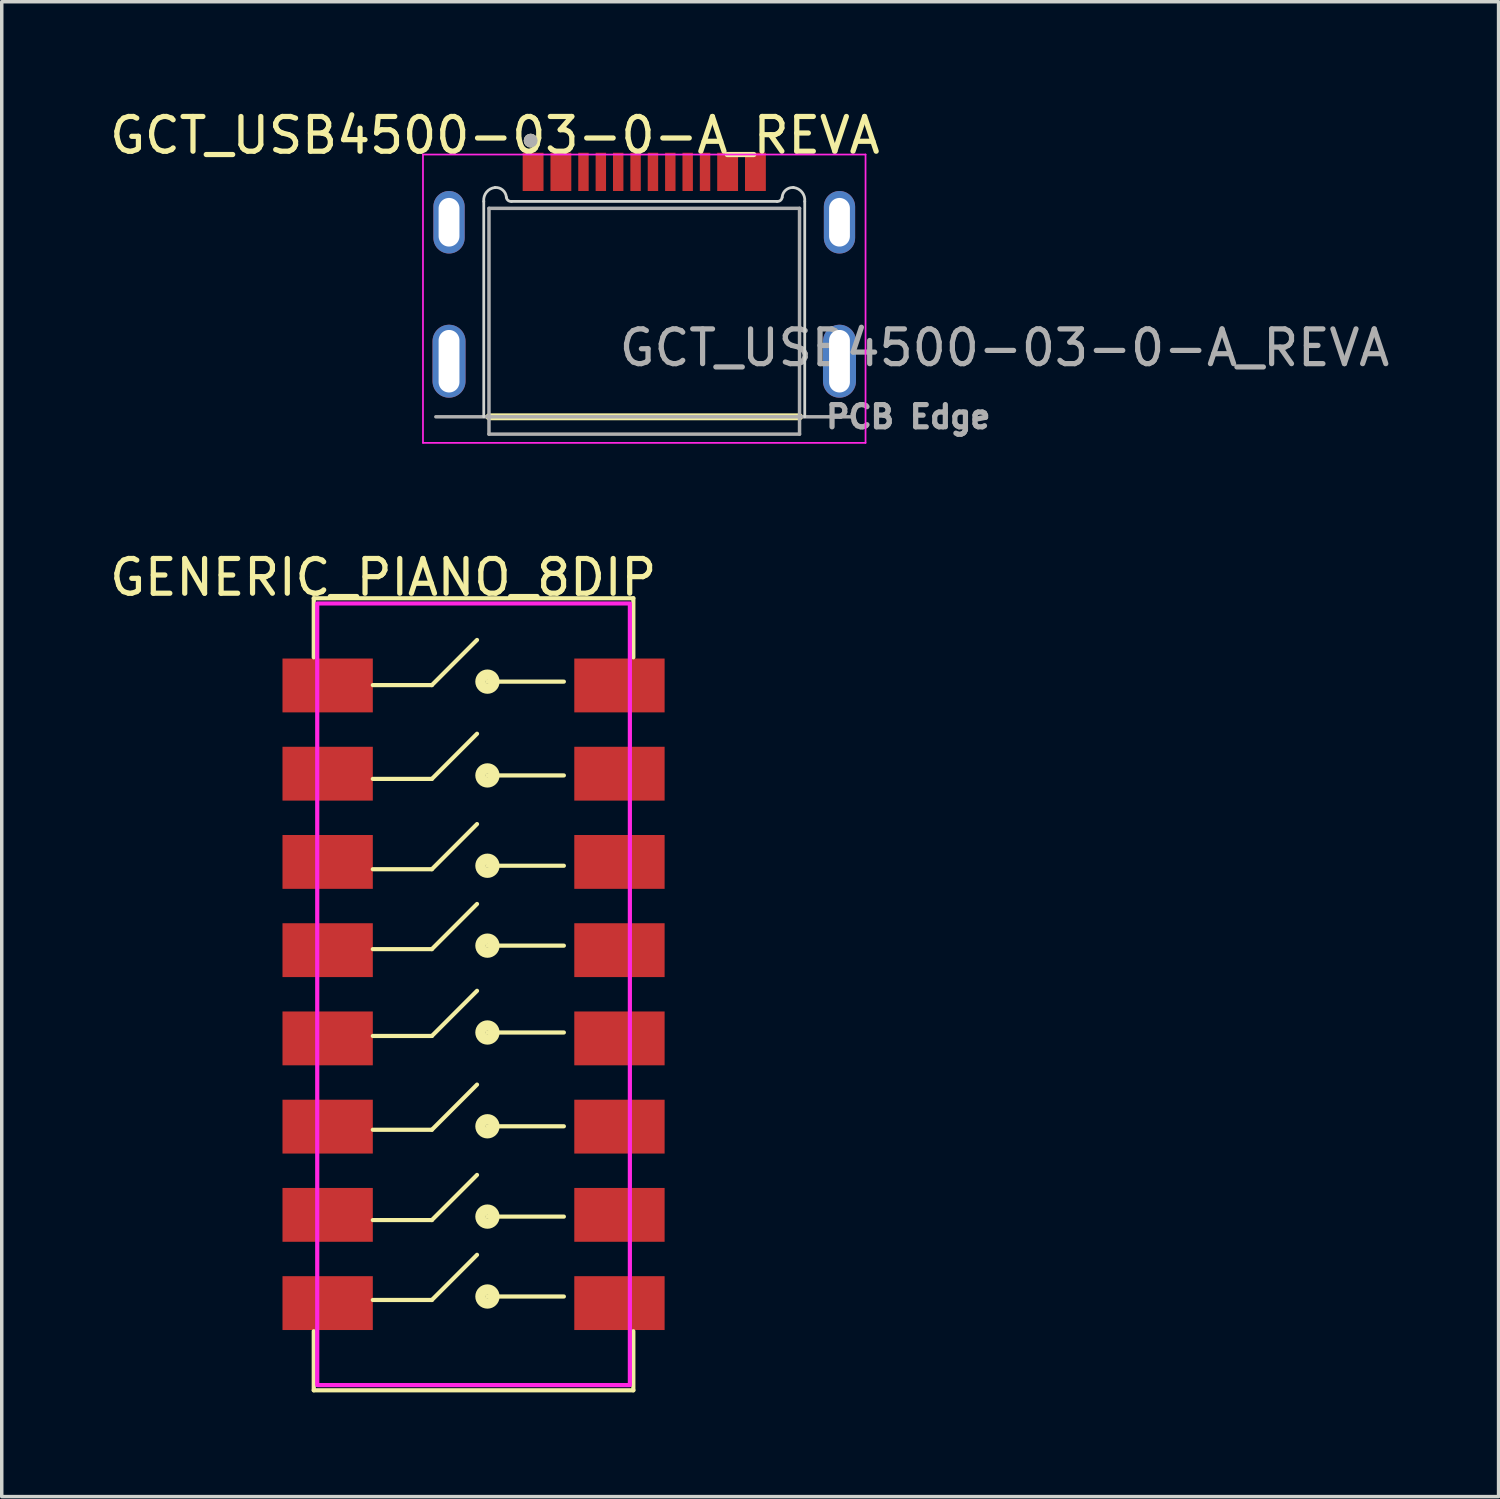
<source format=kicad_pcb>
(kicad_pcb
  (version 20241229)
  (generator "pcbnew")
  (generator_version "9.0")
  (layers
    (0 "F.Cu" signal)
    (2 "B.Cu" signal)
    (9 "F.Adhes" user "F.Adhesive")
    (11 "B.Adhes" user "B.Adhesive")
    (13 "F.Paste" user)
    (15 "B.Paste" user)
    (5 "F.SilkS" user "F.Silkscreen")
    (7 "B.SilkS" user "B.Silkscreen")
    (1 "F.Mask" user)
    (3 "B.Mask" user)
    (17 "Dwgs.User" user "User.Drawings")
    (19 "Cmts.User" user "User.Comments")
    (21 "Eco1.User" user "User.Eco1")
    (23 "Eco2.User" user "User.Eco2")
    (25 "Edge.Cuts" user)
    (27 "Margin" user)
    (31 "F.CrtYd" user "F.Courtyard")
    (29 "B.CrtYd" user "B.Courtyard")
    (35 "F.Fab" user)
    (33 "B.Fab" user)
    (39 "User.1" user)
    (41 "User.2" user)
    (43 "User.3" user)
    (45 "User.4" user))
  (footprint "GCT_USB4500-03-0-A_REVA"
    (layer "F.Cu")
    (at 15.496 7.348)
    (property "Reference" "GCT_USB4500-03-0-A_REVA" (at -4.3 -6.5 0) (layer "F.SilkS") (effects (font (size 1 1) (thickness 0.15))))
    (attr smd)
    (fp_line (start -4.47 1.6) (end 4.47 1.6) (stroke (width 0.2) (type solid)) (layer "F.SilkS"))
    (fp_circle (center -3.27 -6.35) (end -3.17 -6.35) (stroke (width 0.2) (type solid)) (fill no) (layer "F.SilkS"))
    (fp_line (start -4.62 1.6) (end -4.62 -4.6) (stroke (width 0.08) (type solid)) (layer "Edge.Cuts"))
    (fp_line (start -3.82 -4.6) (end 3.82 -4.6) (stroke (width 0.08) (type solid)) (layer "Edge.Cuts"))
    (fp_line (start 4.62 -4.6) (end 4.62 1.6) (stroke (width 0.08) (type solid)) (layer "Edge.Cuts"))
    (fp_arc (start -4.619999 -4.6) (mid -4.540342 -4.867309) (end -4.295 -5) (stroke (width 0.08) (type solid)) (layer "Edge.Cuts"))
    (fp_arc (start -4.295 -5) (mid -4.07451 -4.92731) (end -3.97 -4.72) (stroke (width 0.08) (type solid)) (layer "Edge.Cuts"))
    (fp_arc (start -3.820001 -4.600001) (mid -3.919852 -4.628935) (end -3.969999 -4.72) (stroke (width 0.08) (type solid)) (layer "Edge.Cuts"))
    (fp_arc (start 3.969999 -4.720001) (mid 3.919852 -4.628935) (end 3.82 -4.600001) (stroke (width 0.08) (type solid)) (layer "Edge.Cuts"))
    (fp_arc (start 3.970002 -4.720001) (mid 4.074512 -4.927309) (end 4.295 -4.999999) (stroke (width 0.08) (type solid)) (layer "Edge.Cuts"))
    (fp_arc (start 4.295 -5) (mid 4.540343 -4.86731) (end 4.62 -4.6) (stroke (width 0.08) (type solid)) (layer "Edge.Cuts"))
    (fp_line (start -6.37 -5.95) (end 6.37 -5.95) (stroke (width 0.05) (type solid)) (layer "F.CrtYd"))
    (fp_line (start -6.37 2.35) (end -6.37 -5.95) (stroke (width 0.05) (type solid)) (layer "F.CrtYd"))
    (fp_line (start -6.37 2.35) (end 6.37 2.35) (stroke (width 0.05) (type solid)) (layer "F.CrtYd"))
    (fp_line (start 6.37 2.35) (end 6.37 -5.95) (stroke (width 0.05) (type solid)) (layer "F.CrtYd"))
    (fp_line (start -6 1.6) (end 6 1.6) (stroke (width 0.1) (type solid)) (layer "F.Fab"))
    (fp_line (start -4.47 -4.4) (end 4.47 -4.4) (stroke (width 0.1) (type solid)) (layer "F.Fab"))
    (fp_line (start -4.47 2.1) (end -4.47 -4.4) (stroke (width 0.1) (type solid)) (layer "F.Fab"))
    (fp_line (start -4.47 2.1) (end 4.47 2.1) (stroke (width 0.1) (type solid)) (layer "F.Fab"))
    (fp_line (start 4.47 2.1) (end 4.47 -4.4) (stroke (width 0.1) (type solid)) (layer "F.Fab"))
    (fp_circle (center -3.27 -6.35) (end -3.17 -6.35) (stroke (width 0.2) (type solid)) (fill no) (layer "F.Fab"))
    (fp_text user "PCB Edge" (at 7.6 1.6 0) (layer "F.Fab") (effects (font (size 0.64 0.64) (thickness 0.15))))
    (fp_text user "${REFERENCE}" (at -0.8 0.2 0) (unlocked yes) (layer "F.Fab") (effects (font (size 1 1) (thickness 0.15)) (justify left bottom)))
    (fp_text user "PCB CUTOUT" (at -3.6 -2.5 0) (unlocked yes) (layer "User.4") (effects (font (size 1 0.8) (thickness 0.15)) (justify left bottom)))
    (pad "A1_B12" smd rect (at -3.2 -5.45) (size 0.6 1.1) (layers "F.Cu" "F.Mask" "F.Paste"))
    (pad "A4_B9" smd rect (at -2.4 -5.45) (size 0.6 1.1) (layers "F.Cu" "F.Mask" "F.Paste"))
    (pad "A5" smd rect (at -1.25 -5.45) (size 0.3 1.1) (layers "F.Cu" "F.Mask" "F.Paste"))
    (pad "A6" smd rect (at -0.25 -5.45) (size 0.3 1.1) (layers "F.Cu" "F.Mask" "F.Paste"))
    (pad "A7" smd rect (at 0.25 -5.45) (size 0.3 1.1) (layers "F.Cu" "F.Mask" "F.Paste"))
    (pad "A8" smd rect (at 1.25 -5.45) (size 0.3 1.1) (layers "F.Cu" "F.Mask" "F.Paste"))
    (pad "B1_A12" smd rect (at 3.2 -5.45) (size 0.6 1.1) (layers "F.Cu" "F.Mask" "F.Paste"))
    (pad "B4_A9" smd rect (at 2.4 -5.45) (size 0.6 1.1) (layers "F.Cu" "F.Mask" "F.Paste"))
    (pad "B5" smd rect (at 1.75 -5.45) (size 0.3 1.1) (layers "F.Cu" "F.Mask" "F.Paste"))
    (pad "B6" smd rect (at 0.75 -5.45) (size 0.3 1.1) (layers "F.Cu" "F.Mask" "F.Paste"))
    (pad "B7" smd rect (at -0.75 -5.45) (size 0.3 1.1) (layers "F.Cu" "F.Mask" "F.Paste"))
    (pad "B8" smd rect (at -1.75 -5.45) (size 0.3 1.1) (layers "F.Cu" "F.Mask" "F.Paste"))
    (pad "S1" thru_hole oval (at -5.62 0) (size 0.95 2.1) (drill oval 0.6 1.8) (layers "*.Cu" "*.Mask"))
    (pad "S2" thru_hole oval (at 5.62 -4) (size 0.9 1.8) (drill oval 0.6 1.4) (layers "*.Cu" "*.Mask"))
    (pad "S3" thru_hole oval (at -5.62 -4) (size 0.9 1.8) (drill oval 0.6 1.4) (layers "*.Cu" "*.Mask"))
    (pad "S4" thru_hole oval (at 5.62 0) (size 0.95 2.1) (drill oval 0.6 1.8) (layers "*.Cu" "*.Mask")))
  (footprint "GENERIC_PIANO_8DIP"
    (layer "F.Cu")
    (at 10.582 25.572)
    (property "Reference" "GENERIC_PIANO_8DIP" (at -2.6 -12 0) (unlocked yes) (layer "F.SilkS") (effects (font (size 1 1) (thickness 0.15))))
    (attr smd)
    (fp_line (start -4.6 -11.4) (end 4.6 -11.4) (stroke (width 0.12) (type default)) (layer "F.SilkS"))
    (fp_line (start -4.6 -9.7) (end -4.6 -11.4) (stroke (width 0.12) (type default)) (layer "F.SilkS"))
    (fp_line (start -4.6 11.4) (end -4.6 9.7) (stroke (width 0.12) (type default)) (layer "F.SilkS"))
    (fp_line (start -2.9 -8.9) (end -1.2 -8.9) (stroke (width 0.12) (type default)) (layer "F.SilkS"))
    (fp_line (start -2.9 -6.2) (end -1.2 -6.2) (stroke (width 0.12) (type default)) (layer "F.SilkS"))
    (fp_line (start -2.9 -3.6) (end -1.2 -3.6) (stroke (width 0.12) (type default)) (layer "F.SilkS"))
    (fp_line (start -2.9 -1.3) (end -1.2 -1.3) (stroke (width 0.12) (type default)) (layer "F.SilkS"))
    (fp_line (start -2.9 1.2) (end -1.2 1.2) (stroke (width 0.12) (type default)) (layer "F.SilkS"))
    (fp_line (start -2.9 3.9) (end -1.2 3.9) (stroke (width 0.12) (type default)) (layer "F.SilkS"))
    (fp_line (start -2.9 6.5) (end -1.2 6.5) (stroke (width 0.12) (type default)) (layer "F.SilkS"))
    (fp_line (start -2.9 8.8) (end -1.2 8.8) (stroke (width 0.12) (type default)) (layer "F.SilkS"))
    (fp_line (start -1.2 -8.9) (end 0.1 -10.2) (stroke (width 0.12) (type default)) (layer "F.SilkS"))
    (fp_line (start -1.2 -6.2) (end 0.1 -7.5) (stroke (width 0.12) (type default)) (layer "F.SilkS"))
    (fp_line (start -1.2 -3.6) (end 0.1 -4.9) (stroke (width 0.12) (type default)) (layer "F.SilkS"))
    (fp_line (start -1.2 -1.3) (end 0.1 -2.6) (stroke (width 0.12) (type default)) (layer "F.SilkS"))
    (fp_line (start -1.2 1.2) (end 0.1 -0.1) (stroke (width 0.12) (type default)) (layer "F.SilkS"))
    (fp_line (start -1.2 3.9) (end 0.1 2.6) (stroke (width 0.12) (type default)) (layer "F.SilkS"))
    (fp_line (start -1.2 6.5) (end 0.1 5.2) (stroke (width 0.12) (type default)) (layer "F.SilkS"))
    (fp_line (start -1.2 8.8) (end 0.1 7.5) (stroke (width 0.12) (type default)) (layer "F.SilkS"))
    (fp_line (start 0.4 -9) (end 2.6 -9) (stroke (width 0.12) (type default)) (layer "F.SilkS"))
    (fp_line (start 0.4 -6.3) (end 2.6 -6.3) (stroke (width 0.12) (type default)) (layer "F.SilkS"))
    (fp_line (start 0.4 -3.7) (end 2.6 -3.7) (stroke (width 0.12) (type default)) (layer "F.SilkS"))
    (fp_line (start 0.4 -1.4) (end 2.6 -1.4) (stroke (width 0.12) (type default)) (layer "F.SilkS"))
    (fp_line (start 0.4 1.1) (end 2.6 1.1) (stroke (width 0.12) (type default)) (layer "F.SilkS"))
    (fp_line (start 0.4 3.8) (end 2.6 3.8) (stroke (width 0.12) (type default)) (layer "F.SilkS"))
    (fp_line (start 0.4 6.4) (end 2.6 6.4) (stroke (width 0.12) (type default)) (layer "F.SilkS"))
    (fp_line (start 0.4 8.7) (end 2.6 8.7) (stroke (width 0.12) (type default)) (layer "F.SilkS"))
    (fp_line (start 4.6 -11.4) (end 4.6 -9.7) (stroke (width 0.12) (type default)) (layer "F.SilkS"))
    (fp_line (start 4.6 9.7) (end 4.6 11.4) (stroke (width 0.12) (type default)) (layer "F.SilkS"))
    (fp_line (start 4.6 11.4) (end -4.6 11.4) (stroke (width 0.12) (type default)) (layer "F.SilkS"))
    (fp_circle (center 0.4 -9) (end 0.6 -9) (stroke (width 0.3) (type default)) (fill no) (layer "F.SilkS"))
    (fp_circle (center 0.4 -6.3) (end 0.6 -6.3) (stroke (width 0.3) (type default)) (fill no) (layer "F.SilkS"))
    (fp_circle (center 0.4 -3.7) (end 0.6 -3.7) (stroke (width 0.3) (type default)) (fill no) (layer "F.SilkS"))
    (fp_circle (center 0.4 -1.4) (end 0.6 -1.4) (stroke (width 0.3) (type default)) (fill no) (layer "F.SilkS"))
    (fp_circle (center 0.4 1.1) (end 0.6 1.1) (stroke (width 0.3) (type default)) (fill no) (layer "F.SilkS"))
    (fp_circle (center 0.4 3.8) (end 0.6 3.8) (stroke (width 0.3) (type default)) (fill no) (layer "F.SilkS"))
    (fp_circle (center 0.4 6.4) (end 0.6 6.4) (stroke (width 0.3) (type default)) (fill no) (layer "F.SilkS"))
    (fp_circle (center 0.4 8.7) (end 0.6 8.7) (stroke (width 0.3) (type default)) (fill no) (layer "F.SilkS"))
    (fp_rect (start -4.5 -11.25) (end 4.5 11.25) (stroke (width 0.12) (type default)) (fill no) (layer "F.CrtYd"))
    (pad "1" smd rect (at -4.2 -8.89) (size 2.6 1.55) (layers "F.Cu" "F.Mask" "F.Paste"))
    (pad "2" smd rect (at -4.2 -6.35) (size 2.6 1.55) (layers "F.Cu" "F.Mask" "F.Paste"))
    (pad "3" smd rect (at -4.2 -3.81) (size 2.6 1.55) (layers "F.Cu" "F.Mask" "F.Paste"))
    (pad "4" smd rect (at -4.2 -1.27) (size 2.6 1.55) (layers "F.Cu" "F.Mask" "F.Paste"))
    (pad "5" smd rect (at -4.2 1.27) (size 2.6 1.55) (layers "F.Cu" "F.Mask" "F.Paste"))
    (pad "6" smd rect (at -4.2 3.81) (size 2.6 1.55) (layers "F.Cu" "F.Mask" "F.Paste"))
    (pad "7" smd rect (at -4.2 6.35) (size 2.6 1.55) (layers "F.Cu" "F.Mask" "F.Paste"))
    (pad "8" smd rect (at -4.2 8.89) (size 2.6 1.55) (layers "F.Cu" "F.Mask" "F.Paste"))
    (pad "9" smd rect (at 4.2 8.89) (size 2.6 1.55) (layers "F.Cu" "F.Mask" "F.Paste"))
    (pad "10" smd rect (at 4.2 6.35) (size 2.6 1.55) (layers "F.Cu" "F.Mask" "F.Paste"))
    (pad "11" smd rect (at 4.2 3.81) (size 2.6 1.55) (layers "F.Cu" "F.Mask" "F.Paste"))
    (pad "12" smd rect (at 4.2 1.27) (size 2.6 1.55) (layers "F.Cu" "F.Mask" "F.Paste"))
    (pad "13" smd rect (at 4.2 -1.27) (size 2.6 1.55) (layers "F.Cu" "F.Mask" "F.Paste"))
    (pad "14" smd rect (at 4.2 -3.81) (size 2.6 1.55) (layers "F.Cu" "F.Mask" "F.Paste"))
    (pad "15" smd rect (at 4.2 -6.35) (size 2.6 1.55) (layers "F.Cu" "F.Mask" "F.Paste"))
    (pad "16" smd rect (at 4.2 -8.89) (size 2.6 1.55) (layers "F.Cu" "F.Mask" "F.Paste")))
  (gr_rect
    (start -3 -3)
    (end 40.089 40.032)
    (stroke (width 0.1) (type default))
    (fill no)
    (layer "Edge.Cuts")))
</source>
